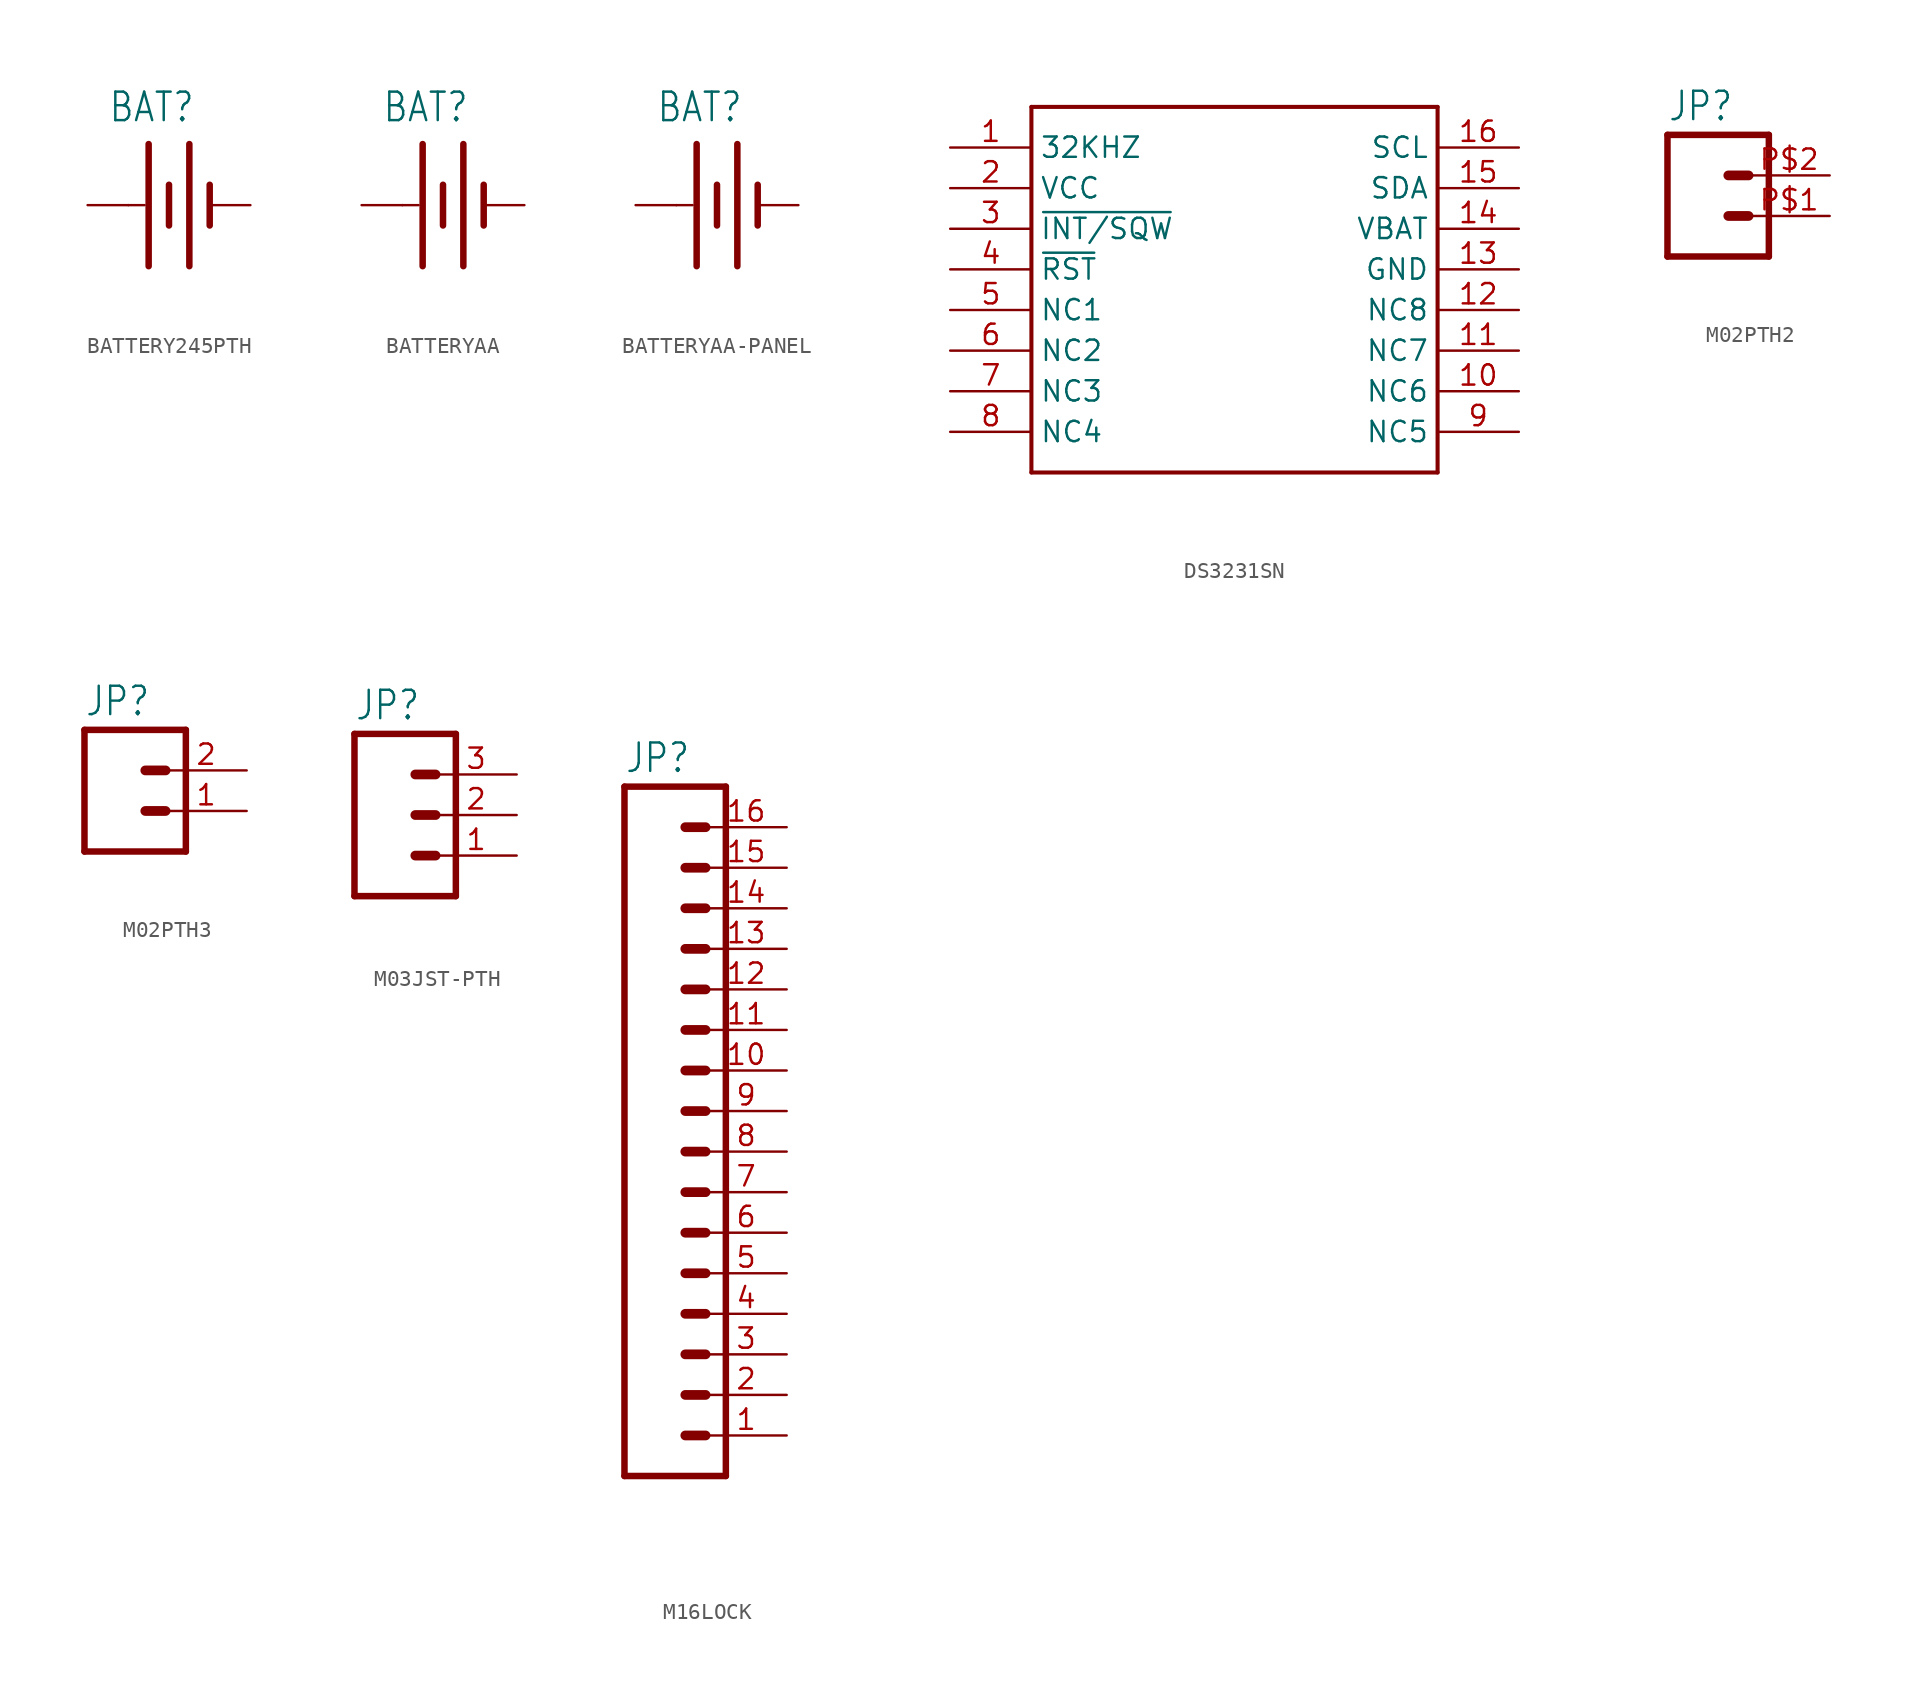
<source format=kicad_sym>
(kicad_symbol_lib
  (version 20220914)
  (generator kicad_symbol_editor)
  (symbol "BATTERY245PTH"
    (property "Reference" "BAT"
      (at -3.81 5.08 0)
      (effects (font (size 1.778 1.511)) (justify left bottom)))
    (property "Value" ""
      (at -3.81 -6.35 0)
      (effects (font (size 1.778 1.511)) (justify left bottom)))
    (property "ki_locked" ""
      (at 0 0 0)
      (effects (font (size 1.27 1.27))))
    (symbol "BATTERY245PTH_1_0"
      (polyline (pts (xy -2.54 0) (xy -1.524 0)) (stroke (width 0.152) (type solid)) (fill (type none)))
      (polyline (pts (xy -1.27 3.81) (xy -1.27 -3.81)) (stroke (width 0.406) (type solid)) (fill (type none)))
      (polyline (pts (xy 0 1.27) (xy 0 -1.27)) (stroke (width 0.406) (type solid)) (fill (type none)))
      (polyline (pts (xy 1.27 3.81) (xy 1.27 -3.81)) (stroke (width 0.406) (type solid)) (fill (type none)))
      (polyline (pts (xy 2.54 1.27) (xy 2.54 -1.27)) (stroke (width 0.406) (type solid)) (fill (type none)))
      (pin power_in line (at 5.08 0 180) (length 2.54) (name "-" (effects (font (size 0 0)))) (number "2" (effects (font (size 0 0)))))
      (pin power_in line (at -5.08 0 0) (length 2.54) (name "+" (effects (font (size 0 0)))) (number "3" (effects (font (size 0 0)))))))
  (symbol "BATTERYAA"
    (property "Reference" "BAT"
      (at -3.81 5.08 0)
      (effects (font (size 1.778 1.511)) (justify left bottom)))
    (property "Value" ""
      (at -3.81 -6.35 0)
      (effects (font (size 1.778 1.511)) (justify left bottom)))
    (property "ki_locked" ""
      (at 0 0 0)
      (effects (font (size 1.27 1.27))))
    (symbol "BATTERYAA_1_0"
      (polyline (pts (xy -2.54 0) (xy -1.524 0)) (stroke (width 0.152) (type solid)) (fill (type none)))
      (polyline (pts (xy -1.27 3.81) (xy -1.27 -3.81)) (stroke (width 0.406) (type solid)) (fill (type none)))
      (polyline (pts (xy 0 1.27) (xy 0 -1.27)) (stroke (width 0.406) (type solid)) (fill (type none)))
      (polyline (pts (xy 1.27 3.81) (xy 1.27 -3.81)) (stroke (width 0.406) (type solid)) (fill (type none)))
      (polyline (pts (xy 2.54 1.27) (xy 2.54 -1.27)) (stroke (width 0.406) (type solid)) (fill (type none)))
      (pin power_in line (at 5.08 0 180) (length 2.54) (name "-" (effects (font (size 0 0)))) (number "GND@1" (effects (font (size 0 0)))))
      (pin power_in line (at -5.08 0 0) (length 2.54) (name "+" (effects (font (size 0 0)))) (number "PWR@1" (effects (font (size 0 0)))))))
  (symbol "BATTERYAA-PANEL"
    (property "Reference" "BAT"
      (at -3.81 5.08 0)
      (effects (font (size 1.778 1.511)) (justify left bottom)))
    (property "Value" ""
      (at -3.81 -6.35 0)
      (effects (font (size 1.778 1.511)) (justify left bottom)))
    (property "ki_locked" ""
      (at 0 0 0)
      (effects (font (size 1.27 1.27))))
    (symbol "BATTERYAA-PANEL_1_0"
      (polyline (pts (xy -2.54 0) (xy -1.524 0)) (stroke (width 0.152) (type solid)) (fill (type none)))
      (polyline (pts (xy -1.27 3.81) (xy -1.27 -3.81)) (stroke (width 0.406) (type solid)) (fill (type none)))
      (polyline (pts (xy 0 1.27) (xy 0 -1.27)) (stroke (width 0.406) (type solid)) (fill (type none)))
      (polyline (pts (xy 1.27 3.81) (xy 1.27 -3.81)) (stroke (width 0.406) (type solid)) (fill (type none)))
      (polyline (pts (xy 2.54 1.27) (xy 2.54 -1.27)) (stroke (width 0.406) (type solid)) (fill (type none)))
      (pin power_in line (at -5.08 0 0) (length 2.54) (name "+" (effects (font (size 0 0)))) (number "+" (effects (font (size 0 0)))))
      (pin power_in line (at 5.08 0 180) (length 2.54) (name "-" (effects (font (size 0 0)))) (number "-" (effects (font (size 0 0)))))))
  (symbol "DS3231SN"
    (property "Reference" ""
      (at -12.7 15.24 0)
      (effects (font (size 1.27 1.079)) (justify left bottom) hide))
    (property "Value" ""
      (at -12.7 -12.7 0)
      (effects (font (size 1.27 1.079)) (justify left bottom)))
    (property "ki_locked" ""
      (at 0 0 0)
      (effects (font (size 1.27 1.27))))
    (symbol "DS3231SN_1_0"
      (polyline (pts (xy -12.7 -10.16) (xy -12.7 12.7)) (stroke (width 0.254) (type solid)) (fill (type none)))
      (polyline (pts (xy -12.7 12.7) (xy 12.7 12.7)) (stroke (width 0.254) (type solid)) (fill (type none)))
      (polyline (pts (xy 12.7 -10.16) (xy -12.7 -10.16)) (stroke (width 0.254) (type solid)) (fill (type none)))
      (polyline (pts (xy 12.7 12.7) (xy 12.7 -10.16)) (stroke (width 0.254) (type solid)) (fill (type none)))
      (pin bidirectional line (at -17.78 10.16 0) (length 5.08) (name "32KHZ" (effects (font (size 1.27 1.27)))) (number "1" (effects (font (size 1.27 1.27)))))
      (pin bidirectional line (at 17.78 -5.08 180) (length 5.08) (name "NC6" (effects (font (size 1.27 1.27)))) (number "10" (effects (font (size 1.27 1.27)))))
      (pin bidirectional line (at 17.78 -2.54 180) (length 5.08) (name "NC7" (effects (font (size 1.27 1.27)))) (number "11" (effects (font (size 1.27 1.27)))))
      (pin bidirectional line (at 17.78 0 180) (length 5.08) (name "NC8" (effects (font (size 1.27 1.27)))) (number "12" (effects (font (size 1.27 1.27)))))
      (pin bidirectional line (at 17.78 2.54 180) (length 5.08) (name "GND" (effects (font (size 1.27 1.27)))) (number "13" (effects (font (size 1.27 1.27)))))
      (pin bidirectional line (at 17.78 5.08 180) (length 5.08) (name "VBAT" (effects (font (size 1.27 1.27)))) (number "14" (effects (font (size 1.27 1.27)))))
      (pin bidirectional line (at 17.78 7.62 180) (length 5.08) (name "SDA" (effects (font (size 1.27 1.27)))) (number "15" (effects (font (size 1.27 1.27)))))
      (pin bidirectional line (at 17.78 10.16 180) (length 5.08) (name "SCL" (effects (font (size 1.27 1.27)))) (number "16" (effects (font (size 1.27 1.27)))))
      (pin bidirectional line (at -17.78 7.62 0) (length 5.08) (name "VCC" (effects (font (size 1.27 1.27)))) (number "2" (effects (font (size 1.27 1.27)))))
      (pin bidirectional line (at -17.78 5.08 0) (length 5.08) (name "~{INT/SQW}" (effects (font (size 1.27 1.27)))) (number "3" (effects (font (size 1.27 1.27)))))
      (pin bidirectional line (at -17.78 2.54 0) (length 5.08) (name "~{RST}" (effects (font (size 1.27 1.27)))) (number "4" (effects (font (size 1.27 1.27)))))
      (pin bidirectional line (at -17.78 0 0) (length 5.08) (name "NC1" (effects (font (size 1.27 1.27)))) (number "5" (effects (font (size 1.27 1.27)))))
      (pin bidirectional line (at -17.78 -2.54 0) (length 5.08) (name "NC2" (effects (font (size 1.27 1.27)))) (number "6" (effects (font (size 1.27 1.27)))))
      (pin bidirectional line (at -17.78 -5.08 0) (length 5.08) (name "NC3" (effects (font (size 1.27 1.27)))) (number "7" (effects (font (size 1.27 1.27)))))
      (pin bidirectional line (at -17.78 -7.62 0) (length 5.08) (name "NC4" (effects (font (size 1.27 1.27)))) (number "8" (effects (font (size 1.27 1.27)))))
      (pin bidirectional line (at 17.78 -7.62 180) (length 5.08) (name "NC5" (effects (font (size 1.27 1.27)))) (number "9" (effects (font (size 1.27 1.27)))))))
  (symbol "M02PTH2"
    (property "Reference" "JP"
      (at -2.54 5.842 0)
      (effects (font (size 1.778 1.511)) (justify left bottom)))
    (property "Value" ""
      (at -2.54 -5.08 0)
      (effects (font (size 1.778 1.511)) (justify left bottom)))
    (property "ki_locked" ""
      (at 0 0 0)
      (effects (font (size 1.27 1.27))))
    (symbol "M02PTH2_1_0"
      (polyline (pts (xy -2.54 5.08) (xy -2.54 -2.54)) (stroke (width 0.406) (type solid)) (fill (type none)))
      (polyline (pts (xy -2.54 5.08) (xy 3.81 5.08)) (stroke (width 0.406) (type solid)) (fill (type none)))
      (polyline (pts (xy 1.27 0) (xy 2.54 0)) (stroke (width 0.61) (type solid)) (fill (type none)))
      (polyline (pts (xy 1.27 2.54) (xy 2.54 2.54)) (stroke (width 0.61) (type solid)) (fill (type none)))
      (polyline (pts (xy 3.81 -2.54) (xy -2.54 -2.54)) (stroke (width 0.406) (type solid)) (fill (type none)))
      (polyline (pts (xy 3.81 -2.54) (xy 3.81 5.08)) (stroke (width 0.406) (type solid)) (fill (type none)))
      (pin passive line (at 7.62 0 180) (length 5.08) (name "1" (effects (font (size 0 0)))) (number "P$1" (effects (font (size 1.27 1.27)))))
      (pin passive line (at 7.62 2.54 180) (length 5.08) (name "2" (effects (font (size 0 0)))) (number "P$2" (effects (font (size 1.27 1.27)))))))
  (symbol "M02PTH3"
    (property "Reference" "JP"
      (at -2.54 5.842 0)
      (effects (font (size 1.778 1.511)) (justify left bottom)))
    (property "Value" ""
      (at -2.54 -5.08 0)
      (effects (font (size 1.778 1.511)) (justify left bottom)))
    (property "ki_locked" ""
      (at 0 0 0)
      (effects (font (size 1.27 1.27))))
    (symbol "M02PTH3_1_0"
      (polyline (pts (xy -2.54 5.08) (xy -2.54 -2.54)) (stroke (width 0.406) (type solid)) (fill (type none)))
      (polyline (pts (xy -2.54 5.08) (xy 3.81 5.08)) (stroke (width 0.406) (type solid)) (fill (type none)))
      (polyline (pts (xy 1.27 0) (xy 2.54 0)) (stroke (width 0.61) (type solid)) (fill (type none)))
      (polyline (pts (xy 1.27 2.54) (xy 2.54 2.54)) (stroke (width 0.61) (type solid)) (fill (type none)))
      (polyline (pts (xy 3.81 -2.54) (xy -2.54 -2.54)) (stroke (width 0.406) (type solid)) (fill (type none)))
      (polyline (pts (xy 3.81 -2.54) (xy 3.81 5.08)) (stroke (width 0.406) (type solid)) (fill (type none)))
      (pin passive line (at 7.62 0 180) (length 5.08) (name "1" (effects (font (size 0 0)))) (number "1" (effects (font (size 1.27 1.27)))))
      (pin passive line (at 7.62 2.54 180) (length 5.08) (name "2" (effects (font (size 0 0)))) (number "2" (effects (font (size 1.27 1.27)))))))
  (symbol "M03JST-PTH"
    (property "Reference" "JP"
      (at -2.54 5.842 0)
      (effects (font (size 1.778 1.511)) (justify left bottom)))
    (property "Value" ""
      (at -2.54 -7.62 0)
      (effects (font (size 1.778 1.511)) (justify left bottom)))
    (property "ki_locked" ""
      (at 0 0 0)
      (effects (font (size 1.27 1.27))))
    (symbol "M03JST-PTH_1_0"
      (polyline (pts (xy -2.54 5.08) (xy -2.54 -5.08)) (stroke (width 0.406) (type solid)) (fill (type none)))
      (polyline (pts (xy -2.54 5.08) (xy 3.81 5.08)) (stroke (width 0.406) (type solid)) (fill (type none)))
      (polyline (pts (xy 1.27 -2.54) (xy 2.54 -2.54)) (stroke (width 0.61) (type solid)) (fill (type none)))
      (polyline (pts (xy 1.27 0) (xy 2.54 0)) (stroke (width 0.61) (type solid)) (fill (type none)))
      (polyline (pts (xy 1.27 2.54) (xy 2.54 2.54)) (stroke (width 0.61) (type solid)) (fill (type none)))
      (polyline (pts (xy 3.81 -5.08) (xy -2.54 -5.08)) (stroke (width 0.406) (type solid)) (fill (type none)))
      (polyline (pts (xy 3.81 -5.08) (xy 3.81 5.08)) (stroke (width 0.406) (type solid)) (fill (type none)))
      (pin passive line (at 7.62 -2.54 180) (length 5.08) (name "1" (effects (font (size 0 0)))) (number "1" (effects (font (size 1.27 1.27)))))
      (pin passive line (at 7.62 0 180) (length 5.08) (name "2" (effects (font (size 0 0)))) (number "2" (effects (font (size 1.27 1.27)))))
      (pin passive line (at 7.62 2.54 180) (length 5.08) (name "3" (effects (font (size 0 0)))) (number "3" (effects (font (size 1.27 1.27)))))))
  (symbol "M16LOCK"
    (property "Reference" "JP"
      (at 0 21.082 0)
      (effects (font (size 1.778 1.511)) (justify left bottom)))
    (property "Value" ""
      (at 0 -25.4 0)
      (effects (font (size 1.778 1.511)) (justify left bottom)))
    (property "ki_locked" ""
      (at 0 0 0)
      (effects (font (size 1.27 1.27))))
    (symbol "M16LOCK_1_0"
      (polyline (pts (xy 0 20.32) (xy 0 -22.86)) (stroke (width 0.406) (type solid)) (fill (type none)))
      (polyline (pts (xy 0 20.32) (xy 6.35 20.32)) (stroke (width 0.406) (type solid)) (fill (type none)))
      (polyline (pts (xy 3.81 -20.32) (xy 5.08 -20.32)) (stroke (width 0.61) (type solid)) (fill (type none)))
      (polyline (pts (xy 3.81 -17.78) (xy 5.08 -17.78)) (stroke (width 0.61) (type solid)) (fill (type none)))
      (polyline (pts (xy 3.81 -15.24) (xy 5.08 -15.24)) (stroke (width 0.61) (type solid)) (fill (type none)))
      (polyline (pts (xy 3.81 -12.7) (xy 5.08 -12.7)) (stroke (width 0.61) (type solid)) (fill (type none)))
      (polyline (pts (xy 3.81 -10.16) (xy 5.08 -10.16)) (stroke (width 0.61) (type solid)) (fill (type none)))
      (polyline (pts (xy 3.81 -7.62) (xy 5.08 -7.62)) (stroke (width 0.61) (type solid)) (fill (type none)))
      (polyline (pts (xy 3.81 -5.08) (xy 5.08 -5.08)) (stroke (width 0.61) (type solid)) (fill (type none)))
      (polyline (pts (xy 3.81 -2.54) (xy 5.08 -2.54)) (stroke (width 0.61) (type solid)) (fill (type none)))
      (polyline (pts (xy 3.81 0) (xy 5.08 0)) (stroke (width 0.61) (type solid)) (fill (type none)))
      (polyline (pts (xy 3.81 2.54) (xy 5.08 2.54)) (stroke (width 0.61) (type solid)) (fill (type none)))
      (polyline (pts (xy 3.81 5.08) (xy 5.08 5.08)) (stroke (width 0.61) (type solid)) (fill (type none)))
      (polyline (pts (xy 3.81 7.62) (xy 5.08 7.62)) (stroke (width 0.61) (type solid)) (fill (type none)))
      (polyline (pts (xy 3.81 10.16) (xy 5.08 10.16)) (stroke (width 0.61) (type solid)) (fill (type none)))
      (polyline (pts (xy 3.81 12.7) (xy 5.08 12.7)) (stroke (width 0.61) (type solid)) (fill (type none)))
      (polyline (pts (xy 3.81 15.24) (xy 5.08 15.24)) (stroke (width 0.61) (type solid)) (fill (type none)))
      (polyline (pts (xy 3.81 17.78) (xy 5.08 17.78)) (stroke (width 0.61) (type solid)) (fill (type none)))
      (polyline (pts (xy 6.35 -22.86) (xy 0 -22.86)) (stroke (width 0.406) (type solid)) (fill (type none)))
      (polyline (pts (xy 6.35 -22.86) (xy 6.35 20.32)) (stroke (width 0.406) (type solid)) (fill (type none)))
      (pin passive line (at 10.16 -20.32 180) (length 5.08) (name "1" (effects (font (size 0 0)))) (number "1" (effects (font (size 1.27 1.27)))))
      (pin passive line (at 10.16 2.54 180) (length 5.08) (name "10" (effects (font (size 0 0)))) (number "10" (effects (font (size 1.27 1.27)))))
      (pin passive line (at 10.16 5.08 180) (length 5.08) (name "11" (effects (font (size 0 0)))) (number "11" (effects (font (size 1.27 1.27)))))
      (pin passive line (at 10.16 7.62 180) (length 5.08) (name "12" (effects (font (size 0 0)))) (number "12" (effects (font (size 1.27 1.27)))))
      (pin passive line (at 10.16 10.16 180) (length 5.08) (name "13" (effects (font (size 0 0)))) (number "13" (effects (font (size 1.27 1.27)))))
      (pin passive line (at 10.16 12.7 180) (length 5.08) (name "14" (effects (font (size 0 0)))) (number "14" (effects (font (size 1.27 1.27)))))
      (pin passive line (at 10.16 15.24 180) (length 5.08) (name "15" (effects (font (size 0 0)))) (number "15" (effects (font (size 1.27 1.27)))))
      (pin passive line (at 10.16 17.78 180) (length 5.08) (name "16" (effects (font (size 0 0)))) (number "16" (effects (font (size 1.27 1.27)))))
      (pin passive line (at 10.16 -17.78 180) (length 5.08) (name "2" (effects (font (size 0 0)))) (number "2" (effects (font (size 1.27 1.27)))))
      (pin passive line (at 10.16 -15.24 180) (length 5.08) (name "3" (effects (font (size 0 0)))) (number "3" (effects (font (size 1.27 1.27)))))
      (pin passive line (at 10.16 -12.7 180) (length 5.08) (name "4" (effects (font (size 0 0)))) (number "4" (effects (font (size 1.27 1.27)))))
      (pin passive line (at 10.16 -10.16 180) (length 5.08) (name "5" (effects (font (size 0 0)))) (number "5" (effects (font (size 1.27 1.27)))))
      (pin passive line (at 10.16 -7.62 180) (length 5.08) (name "6" (effects (font (size 0 0)))) (number "6" (effects (font (size 1.27 1.27)))))
      (pin passive line (at 10.16 -5.08 180) (length 5.08) (name "7" (effects (font (size 0 0)))) (number "7" (effects (font (size 1.27 1.27)))))
      (pin passive line (at 10.16 -2.54 180) (length 5.08) (name "8" (effects (font (size 0 0)))) (number "8" (effects (font (size 1.27 1.27)))))
      (pin passive line (at 10.16 0 180) (length 5.08) (name "9" (effects (font (size 0 0)))) (number "9" (effects (font (size 1.27 1.27))))))))
</source>
